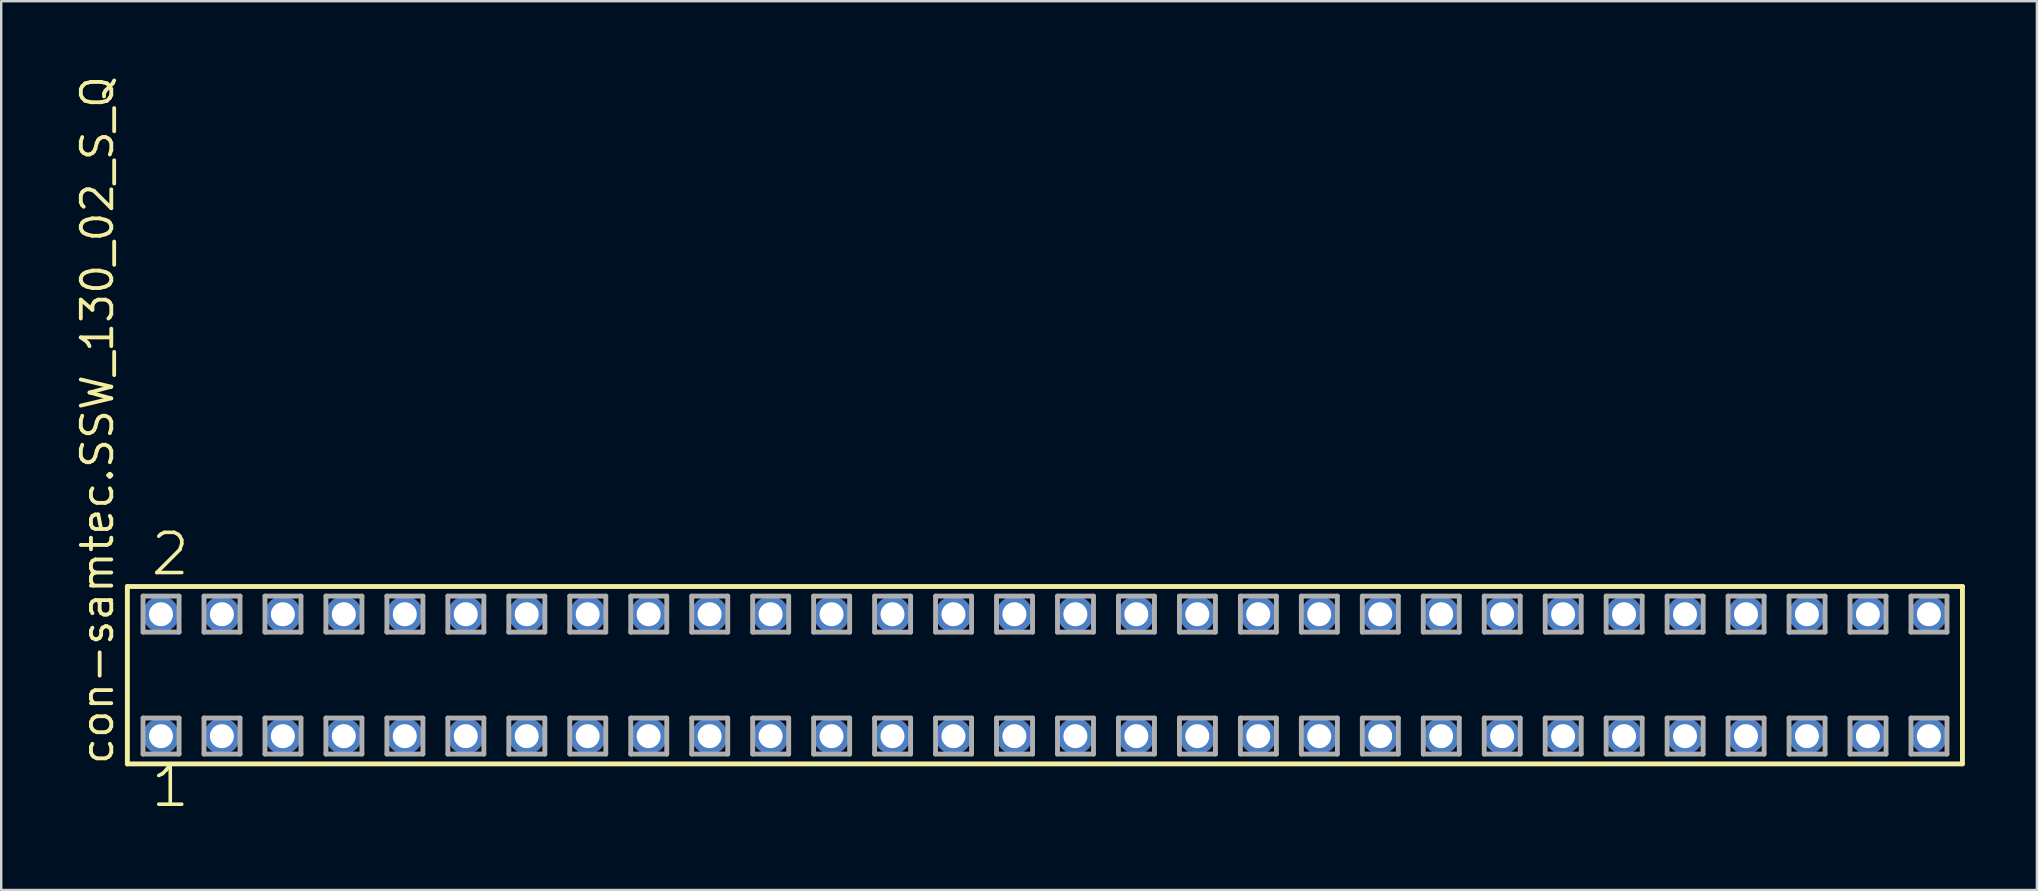
<source format=kicad_pcb>
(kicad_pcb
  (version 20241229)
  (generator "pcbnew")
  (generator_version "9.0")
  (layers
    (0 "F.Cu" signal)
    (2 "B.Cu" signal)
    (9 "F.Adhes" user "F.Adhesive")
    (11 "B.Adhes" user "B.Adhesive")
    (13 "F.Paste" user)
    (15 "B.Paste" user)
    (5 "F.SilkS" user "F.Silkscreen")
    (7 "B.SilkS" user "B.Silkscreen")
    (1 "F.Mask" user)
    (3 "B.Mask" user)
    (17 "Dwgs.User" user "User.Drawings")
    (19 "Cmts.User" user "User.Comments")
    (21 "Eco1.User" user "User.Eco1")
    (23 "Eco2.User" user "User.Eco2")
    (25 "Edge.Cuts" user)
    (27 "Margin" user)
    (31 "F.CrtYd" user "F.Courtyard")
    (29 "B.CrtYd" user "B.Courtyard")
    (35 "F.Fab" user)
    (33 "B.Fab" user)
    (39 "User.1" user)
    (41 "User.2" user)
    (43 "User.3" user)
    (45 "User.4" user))
  (footprint "con-samtec.SSW_130_02_S_Q"
    (layer "F.Cu")
    (at 40.485 25.082)
    (property "Reference" "con-samtec.SSW_130_02_S_Q" (at -38.735 3.81 90) (layer "F.SilkS") (effects (font (size 1.27 1.27) (thickness 0.16)) (justify left bottom)))
    (attr through_hole)
    (fp_line (start -38.229 -3.695) (end 38.229 -3.695) (stroke (width 0.203) (type default)) (layer "F.SilkS"))
    (fp_line (start -38.229 3.695) (end -38.229 -3.695) (stroke (width 0.203) (type default)) (layer "F.SilkS"))
    (fp_line (start 38.229 -3.695) (end 38.229 3.695) (stroke (width 0.203) (type default)) (layer "F.SilkS"))
    (fp_line (start 38.229 3.695) (end -38.229 3.695) (stroke (width 0.203) (type default)) (layer "F.SilkS"))
    (fp_line (start -37.575 -3.295) (end -36.075 -3.295) (stroke (width 0.203) (type default)) (layer "F.Fab"))
    (fp_line (start -37.575 -1.795) (end -37.575 -3.295) (stroke (width 0.203) (type default)) (layer "F.Fab"))
    (fp_line (start -37.575 1.785) (end -36.075 1.785) (stroke (width 0.203) (type default)) (layer "F.Fab"))
    (fp_line (start -37.575 3.285) (end -37.575 1.785) (stroke (width 0.203) (type default)) (layer "F.Fab"))
    (fp_line (start -36.075 -3.295) (end -36.075 -1.795) (stroke (width 0.203) (type default)) (layer "F.Fab"))
    (fp_line (start -36.075 -1.795) (end -37.575 -1.795) (stroke (width 0.203) (type default)) (layer "F.Fab"))
    (fp_line (start -36.075 1.785) (end -36.075 3.285) (stroke (width 0.203) (type default)) (layer "F.Fab"))
    (fp_line (start -36.075 3.285) (end -37.575 3.285) (stroke (width 0.203) (type default)) (layer "F.Fab"))
    (fp_line (start -35.035 -3.295) (end -33.535 -3.295) (stroke (width 0.203) (type default)) (layer "F.Fab"))
    (fp_line (start -35.035 -1.795) (end -35.035 -3.295) (stroke (width 0.203) (type default)) (layer "F.Fab"))
    (fp_line (start -35.035 1.785) (end -33.535 1.785) (stroke (width 0.203) (type default)) (layer "F.Fab"))
    (fp_line (start -35.035 3.285) (end -35.035 1.785) (stroke (width 0.203) (type default)) (layer "F.Fab"))
    (fp_line (start -33.535 -3.295) (end -33.535 -1.795) (stroke (width 0.203) (type default)) (layer "F.Fab"))
    (fp_line (start -33.535 -1.795) (end -35.035 -1.795) (stroke (width 0.203) (type default)) (layer "F.Fab"))
    (fp_line (start -33.535 1.785) (end -33.535 3.285) (stroke (width 0.203) (type default)) (layer "F.Fab"))
    (fp_line (start -33.535 3.285) (end -35.035 3.285) (stroke (width 0.203) (type default)) (layer "F.Fab"))
    (fp_line (start -32.495 -3.295) (end -30.995 -3.295) (stroke (width 0.203) (type default)) (layer "F.Fab"))
    (fp_line (start -32.495 -1.795) (end -32.495 -3.295) (stroke (width 0.203) (type default)) (layer "F.Fab"))
    (fp_line (start -32.495 1.785) (end -30.995 1.785) (stroke (width 0.203) (type default)) (layer "F.Fab"))
    (fp_line (start -32.495 3.285) (end -32.495 1.785) (stroke (width 0.203) (type default)) (layer "F.Fab"))
    (fp_line (start -30.995 -3.295) (end -30.995 -1.795) (stroke (width 0.203) (type default)) (layer "F.Fab"))
    (fp_line (start -30.995 -1.795) (end -32.495 -1.795) (stroke (width 0.203) (type default)) (layer "F.Fab"))
    (fp_line (start -30.995 1.785) (end -30.995 3.285) (stroke (width 0.203) (type default)) (layer "F.Fab"))
    (fp_line (start -30.995 3.285) (end -32.495 3.285) (stroke (width 0.203) (type default)) (layer "F.Fab"))
    (fp_line (start -29.955 -3.295) (end -28.455 -3.295) (stroke (width 0.203) (type default)) (layer "F.Fab"))
    (fp_line (start -29.955 -1.795) (end -29.955 -3.295) (stroke (width 0.203) (type default)) (layer "F.Fab"))
    (fp_line (start -29.955 1.785) (end -28.455 1.785) (stroke (width 0.203) (type default)) (layer "F.Fab"))
    (fp_line (start -29.955 3.285) (end -29.955 1.785) (stroke (width 0.203) (type default)) (layer "F.Fab"))
    (fp_line (start -28.455 -3.295) (end -28.455 -1.795) (stroke (width 0.203) (type default)) (layer "F.Fab"))
    (fp_line (start -28.455 -1.795) (end -29.955 -1.795) (stroke (width 0.203) (type default)) (layer "F.Fab"))
    (fp_line (start -28.455 1.785) (end -28.455 3.285) (stroke (width 0.203) (type default)) (layer "F.Fab"))
    (fp_line (start -28.455 3.285) (end -29.955 3.285) (stroke (width 0.203) (type default)) (layer "F.Fab"))
    (fp_line (start -27.415 -3.295) (end -25.915 -3.295) (stroke (width 0.203) (type default)) (layer "F.Fab"))
    (fp_line (start -27.415 -1.795) (end -27.415 -3.295) (stroke (width 0.203) (type default)) (layer "F.Fab"))
    (fp_line (start -27.415 1.785) (end -25.915 1.785) (stroke (width 0.203) (type default)) (layer "F.Fab"))
    (fp_line (start -27.415 3.285) (end -27.415 1.785) (stroke (width 0.203) (type default)) (layer "F.Fab"))
    (fp_line (start -25.915 -3.295) (end -25.915 -1.795) (stroke (width 0.203) (type default)) (layer "F.Fab"))
    (fp_line (start -25.915 -1.795) (end -27.415 -1.795) (stroke (width 0.203) (type default)) (layer "F.Fab"))
    (fp_line (start -25.915 1.785) (end -25.915 3.285) (stroke (width 0.203) (type default)) (layer "F.Fab"))
    (fp_line (start -25.915 3.285) (end -27.415 3.285) (stroke (width 0.203) (type default)) (layer "F.Fab"))
    (fp_line (start -24.875 -3.295) (end -23.375 -3.295) (stroke (width 0.203) (type default)) (layer "F.Fab"))
    (fp_line (start -24.875 -1.795) (end -24.875 -3.295) (stroke (width 0.203) (type default)) (layer "F.Fab"))
    (fp_line (start -24.875 1.785) (end -23.375 1.785) (stroke (width 0.203) (type default)) (layer "F.Fab"))
    (fp_line (start -24.875 3.285) (end -24.875 1.785) (stroke (width 0.203) (type default)) (layer "F.Fab"))
    (fp_line (start -23.375 -3.295) (end -23.375 -1.795) (stroke (width 0.203) (type default)) (layer "F.Fab"))
    (fp_line (start -23.375 -1.795) (end -24.875 -1.795) (stroke (width 0.203) (type default)) (layer "F.Fab"))
    (fp_line (start -23.375 1.785) (end -23.375 3.285) (stroke (width 0.203) (type default)) (layer "F.Fab"))
    (fp_line (start -23.375 3.285) (end -24.875 3.285) (stroke (width 0.203) (type default)) (layer "F.Fab"))
    (fp_line (start -22.335 -3.295) (end -20.835 -3.295) (stroke (width 0.203) (type default)) (layer "F.Fab"))
    (fp_line (start -22.335 -1.795) (end -22.335 -3.295) (stroke (width 0.203) (type default)) (layer "F.Fab"))
    (fp_line (start -22.335 1.785) (end -20.835 1.785) (stroke (width 0.203) (type default)) (layer "F.Fab"))
    (fp_line (start -22.335 3.285) (end -22.335 1.785) (stroke (width 0.203) (type default)) (layer "F.Fab"))
    (fp_line (start -20.835 -3.295) (end -20.835 -1.795) (stroke (width 0.203) (type default)) (layer "F.Fab"))
    (fp_line (start -20.835 -1.795) (end -22.335 -1.795) (stroke (width 0.203) (type default)) (layer "F.Fab"))
    (fp_line (start -20.835 1.785) (end -20.835 3.285) (stroke (width 0.203) (type default)) (layer "F.Fab"))
    (fp_line (start -20.835 3.285) (end -22.335 3.285) (stroke (width 0.203) (type default)) (layer "F.Fab"))
    (fp_line (start -19.795 -3.295) (end -18.295 -3.295) (stroke (width 0.203) (type default)) (layer "F.Fab"))
    (fp_line (start -19.795 -1.795) (end -19.795 -3.295) (stroke (width 0.203) (type default)) (layer "F.Fab"))
    (fp_line (start -19.795 1.785) (end -18.295 1.785) (stroke (width 0.203) (type default)) (layer "F.Fab"))
    (fp_line (start -19.795 3.285) (end -19.795 1.785) (stroke (width 0.203) (type default)) (layer "F.Fab"))
    (fp_line (start -18.295 -3.295) (end -18.295 -1.795) (stroke (width 0.203) (type default)) (layer "F.Fab"))
    (fp_line (start -18.295 -1.795) (end -19.795 -1.795) (stroke (width 0.203) (type default)) (layer "F.Fab"))
    (fp_line (start -18.295 1.785) (end -18.295 3.285) (stroke (width 0.203) (type default)) (layer "F.Fab"))
    (fp_line (start -18.295 3.285) (end -19.795 3.285) (stroke (width 0.203) (type default)) (layer "F.Fab"))
    (fp_line (start -17.255 -3.295) (end -15.755 -3.295) (stroke (width 0.203) (type default)) (layer "F.Fab"))
    (fp_line (start -17.255 -1.795) (end -17.255 -3.295) (stroke (width 0.203) (type default)) (layer "F.Fab"))
    (fp_line (start -17.255 1.785) (end -15.755 1.785) (stroke (width 0.203) (type default)) (layer "F.Fab"))
    (fp_line (start -17.255 3.285) (end -17.255 1.785) (stroke (width 0.203) (type default)) (layer "F.Fab"))
    (fp_line (start -15.755 -3.295) (end -15.755 -1.795) (stroke (width 0.203) (type default)) (layer "F.Fab"))
    (fp_line (start -15.755 -1.795) (end -17.255 -1.795) (stroke (width 0.203) (type default)) (layer "F.Fab"))
    (fp_line (start -15.755 1.785) (end -15.755 3.285) (stroke (width 0.203) (type default)) (layer "F.Fab"))
    (fp_line (start -15.755 3.285) (end -17.255 3.285) (stroke (width 0.203) (type default)) (layer "F.Fab"))
    (fp_line (start -14.715 -3.295) (end -13.215 -3.295) (stroke (width 0.203) (type default)) (layer "F.Fab"))
    (fp_line (start -14.715 -1.795) (end -14.715 -3.295) (stroke (width 0.203) (type default)) (layer "F.Fab"))
    (fp_line (start -14.715 1.785) (end -13.215 1.785) (stroke (width 0.203) (type default)) (layer "F.Fab"))
    (fp_line (start -14.715 3.285) (end -14.715 1.785) (stroke (width 0.203) (type default)) (layer "F.Fab"))
    (fp_line (start -13.215 -3.295) (end -13.215 -1.795) (stroke (width 0.203) (type default)) (layer "F.Fab"))
    (fp_line (start -13.215 -1.795) (end -14.715 -1.795) (stroke (width 0.203) (type default)) (layer "F.Fab"))
    (fp_line (start -13.215 1.785) (end -13.215 3.285) (stroke (width 0.203) (type default)) (layer "F.Fab"))
    (fp_line (start -13.215 3.285) (end -14.715 3.285) (stroke (width 0.203) (type default)) (layer "F.Fab"))
    (fp_line (start -12.175 -3.295) (end -10.675 -3.295) (stroke (width 0.203) (type default)) (layer "F.Fab"))
    (fp_line (start -12.175 -1.795) (end -12.175 -3.295) (stroke (width 0.203) (type default)) (layer "F.Fab"))
    (fp_line (start -12.175 1.785) (end -10.675 1.785) (stroke (width 0.203) (type default)) (layer "F.Fab"))
    (fp_line (start -12.175 3.285) (end -12.175 1.785) (stroke (width 0.203) (type default)) (layer "F.Fab"))
    (fp_line (start -10.675 -3.295) (end -10.675 -1.795) (stroke (width 0.203) (type default)) (layer "F.Fab"))
    (fp_line (start -10.675 -1.795) (end -12.175 -1.795) (stroke (width 0.203) (type default)) (layer "F.Fab"))
    (fp_line (start -10.675 1.785) (end -10.675 3.285) (stroke (width 0.203) (type default)) (layer "F.Fab"))
    (fp_line (start -10.675 3.285) (end -12.175 3.285) (stroke (width 0.203) (type default)) (layer "F.Fab"))
    (fp_line (start -9.635 -3.295) (end -8.135 -3.295) (stroke (width 0.203) (type default)) (layer "F.Fab"))
    (fp_line (start -9.635 -1.795) (end -9.635 -3.295) (stroke (width 0.203) (type default)) (layer "F.Fab"))
    (fp_line (start -9.635 1.785) (end -8.135 1.785) (stroke (width 0.203) (type default)) (layer "F.Fab"))
    (fp_line (start -9.635 3.285) (end -9.635 1.785) (stroke (width 0.203) (type default)) (layer "F.Fab"))
    (fp_line (start -8.135 -3.295) (end -8.135 -1.795) (stroke (width 0.203) (type default)) (layer "F.Fab"))
    (fp_line (start -8.135 -1.795) (end -9.635 -1.795) (stroke (width 0.203) (type default)) (layer "F.Fab"))
    (fp_line (start -8.135 1.785) (end -8.135 3.285) (stroke (width 0.203) (type default)) (layer "F.Fab"))
    (fp_line (start -8.135 3.285) (end -9.635 3.285) (stroke (width 0.203) (type default)) (layer "F.Fab"))
    (fp_line (start -7.095 -3.295) (end -5.595 -3.295) (stroke (width 0.203) (type default)) (layer "F.Fab"))
    (fp_line (start -7.095 -1.795) (end -7.095 -3.295) (stroke (width 0.203) (type default)) (layer "F.Fab"))
    (fp_line (start -7.095 1.785) (end -5.595 1.785) (stroke (width 0.203) (type default)) (layer "F.Fab"))
    (fp_line (start -7.095 3.285) (end -7.095 1.785) (stroke (width 0.203) (type default)) (layer "F.Fab"))
    (fp_line (start -5.595 -3.295) (end -5.595 -1.795) (stroke (width 0.203) (type default)) (layer "F.Fab"))
    (fp_line (start -5.595 -1.795) (end -7.095 -1.795) (stroke (width 0.203) (type default)) (layer "F.Fab"))
    (fp_line (start -5.595 1.785) (end -5.595 3.285) (stroke (width 0.203) (type default)) (layer "F.Fab"))
    (fp_line (start -5.595 3.285) (end -7.095 3.285) (stroke (width 0.203) (type default)) (layer "F.Fab"))
    (fp_line (start -4.555 -3.295) (end -3.055 -3.295) (stroke (width 0.203) (type default)) (layer "F.Fab"))
    (fp_line (start -4.555 -1.795) (end -4.555 -3.295) (stroke (width 0.203) (type default)) (layer "F.Fab"))
    (fp_line (start -4.555 1.785) (end -3.055 1.785) (stroke (width 0.203) (type default)) (layer "F.Fab"))
    (fp_line (start -4.555 3.285) (end -4.555 1.785) (stroke (width 0.203) (type default)) (layer "F.Fab"))
    (fp_line (start -3.055 -3.295) (end -3.055 -1.795) (stroke (width 0.203) (type default)) (layer "F.Fab"))
    (fp_line (start -3.055 -1.795) (end -4.555 -1.795) (stroke (width 0.203) (type default)) (layer "F.Fab"))
    (fp_line (start -3.055 1.785) (end -3.055 3.285) (stroke (width 0.203) (type default)) (layer "F.Fab"))
    (fp_line (start -3.055 3.285) (end -4.555 3.285) (stroke (width 0.203) (type default)) (layer "F.Fab"))
    (fp_line (start -2.015 -3.295) (end -0.515 -3.295) (stroke (width 0.203) (type default)) (layer "F.Fab"))
    (fp_line (start -2.015 -1.795) (end -2.015 -3.295) (stroke (width 0.203) (type default)) (layer "F.Fab"))
    (fp_line (start -2.015 1.785) (end -0.515 1.785) (stroke (width 0.203) (type default)) (layer "F.Fab"))
    (fp_line (start -2.015 3.285) (end -2.015 1.785) (stroke (width 0.203) (type default)) (layer "F.Fab"))
    (fp_line (start -0.515 -3.295) (end -0.515 -1.795) (stroke (width 0.203) (type default)) (layer "F.Fab"))
    (fp_line (start -0.515 -1.795) (end -2.015 -1.795) (stroke (width 0.203) (type default)) (layer "F.Fab"))
    (fp_line (start -0.515 1.785) (end -0.515 3.285) (stroke (width 0.203) (type default)) (layer "F.Fab"))
    (fp_line (start -0.515 3.285) (end -2.015 3.285) (stroke (width 0.203) (type default)) (layer "F.Fab"))
    (fp_line (start 0.525 -3.295) (end 2.025 -3.295) (stroke (width 0.203) (type default)) (layer "F.Fab"))
    (fp_line (start 0.525 -1.795) (end 0.525 -3.295) (stroke (width 0.203) (type default)) (layer "F.Fab"))
    (fp_line (start 0.525 1.785) (end 2.025 1.785) (stroke (width 0.203) (type default)) (layer "F.Fab"))
    (fp_line (start 0.525 3.285) (end 0.525 1.785) (stroke (width 0.203) (type default)) (layer "F.Fab"))
    (fp_line (start 2.025 -3.295) (end 2.025 -1.795) (stroke (width 0.203) (type default)) (layer "F.Fab"))
    (fp_line (start 2.025 -1.795) (end 0.525 -1.795) (stroke (width 0.203) (type default)) (layer "F.Fab"))
    (fp_line (start 2.025 1.785) (end 2.025 3.285) (stroke (width 0.203) (type default)) (layer "F.Fab"))
    (fp_line (start 2.025 3.285) (end 0.525 3.285) (stroke (width 0.203) (type default)) (layer "F.Fab"))
    (fp_line (start 3.065 -3.295) (end 4.565 -3.295) (stroke (width 0.203) (type default)) (layer "F.Fab"))
    (fp_line (start 3.065 -1.795) (end 3.065 -3.295) (stroke (width 0.203) (type default)) (layer "F.Fab"))
    (fp_line (start 3.065 1.785) (end 4.565 1.785) (stroke (width 0.203) (type default)) (layer "F.Fab"))
    (fp_line (start 3.065 3.285) (end 3.065 1.785) (stroke (width 0.203) (type default)) (layer "F.Fab"))
    (fp_line (start 4.565 -3.295) (end 4.565 -1.795) (stroke (width 0.203) (type default)) (layer "F.Fab"))
    (fp_line (start 4.565 -1.795) (end 3.065 -1.795) (stroke (width 0.203) (type default)) (layer "F.Fab"))
    (fp_line (start 4.565 1.785) (end 4.565 3.285) (stroke (width 0.203) (type default)) (layer "F.Fab"))
    (fp_line (start 4.565 3.285) (end 3.065 3.285) (stroke (width 0.203) (type default)) (layer "F.Fab"))
    (fp_line (start 5.605 -3.295) (end 7.105 -3.295) (stroke (width 0.203) (type default)) (layer "F.Fab"))
    (fp_line (start 5.605 -1.795) (end 5.605 -3.295) (stroke (width 0.203) (type default)) (layer "F.Fab"))
    (fp_line (start 5.605 1.785) (end 7.105 1.785) (stroke (width 0.203) (type default)) (layer "F.Fab"))
    (fp_line (start 5.605 3.285) (end 5.605 1.785) (stroke (width 0.203) (type default)) (layer "F.Fab"))
    (fp_line (start 7.105 -3.295) (end 7.105 -1.795) (stroke (width 0.203) (type default)) (layer "F.Fab"))
    (fp_line (start 7.105 -1.795) (end 5.605 -1.795) (stroke (width 0.203) (type default)) (layer "F.Fab"))
    (fp_line (start 7.105 1.785) (end 7.105 3.285) (stroke (width 0.203) (type default)) (layer "F.Fab"))
    (fp_line (start 7.105 3.285) (end 5.605 3.285) (stroke (width 0.203) (type default)) (layer "F.Fab"))
    (fp_line (start 8.145 -3.295) (end 9.645 -3.295) (stroke (width 0.203) (type default)) (layer "F.Fab"))
    (fp_line (start 8.145 -1.795) (end 8.145 -3.295) (stroke (width 0.203) (type default)) (layer "F.Fab"))
    (fp_line (start 8.145 1.785) (end 9.645 1.785) (stroke (width 0.203) (type default)) (layer "F.Fab"))
    (fp_line (start 8.145 3.285) (end 8.145 1.785) (stroke (width 0.203) (type default)) (layer "F.Fab"))
    (fp_line (start 9.645 -3.295) (end 9.645 -1.795) (stroke (width 0.203) (type default)) (layer "F.Fab"))
    (fp_line (start 9.645 -1.795) (end 8.145 -1.795) (stroke (width 0.203) (type default)) (layer "F.Fab"))
    (fp_line (start 9.645 1.785) (end 9.645 3.285) (stroke (width 0.203) (type default)) (layer "F.Fab"))
    (fp_line (start 9.645 3.285) (end 8.145 3.285) (stroke (width 0.203) (type default)) (layer "F.Fab"))
    (fp_line (start 10.685 -3.295) (end 12.185 -3.295) (stroke (width 0.203) (type default)) (layer "F.Fab"))
    (fp_line (start 10.685 -1.795) (end 10.685 -3.295) (stroke (width 0.203) (type default)) (layer "F.Fab"))
    (fp_line (start 10.685 1.785) (end 12.185 1.785) (stroke (width 0.203) (type default)) (layer "F.Fab"))
    (fp_line (start 10.685 3.285) (end 10.685 1.785) (stroke (width 0.203) (type default)) (layer "F.Fab"))
    (fp_line (start 12.185 -3.295) (end 12.185 -1.795) (stroke (width 0.203) (type default)) (layer "F.Fab"))
    (fp_line (start 12.185 -1.795) (end 10.685 -1.795) (stroke (width 0.203) (type default)) (layer "F.Fab"))
    (fp_line (start 12.185 1.785) (end 12.185 3.285) (stroke (width 0.203) (type default)) (layer "F.Fab"))
    (fp_line (start 12.185 3.285) (end 10.685 3.285) (stroke (width 0.203) (type default)) (layer "F.Fab"))
    (fp_line (start 13.225 -3.295) (end 14.725 -3.295) (stroke (width 0.203) (type default)) (layer "F.Fab"))
    (fp_line (start 13.225 -1.795) (end 13.225 -3.295) (stroke (width 0.203) (type default)) (layer "F.Fab"))
    (fp_line (start 13.225 1.785) (end 14.725 1.785) (stroke (width 0.203) (type default)) (layer "F.Fab"))
    (fp_line (start 13.225 3.285) (end 13.225 1.785) (stroke (width 0.203) (type default)) (layer "F.Fab"))
    (fp_line (start 14.725 -3.295) (end 14.725 -1.795) (stroke (width 0.203) (type default)) (layer "F.Fab"))
    (fp_line (start 14.725 -1.795) (end 13.225 -1.795) (stroke (width 0.203) (type default)) (layer "F.Fab"))
    (fp_line (start 14.725 1.785) (end 14.725 3.285) (stroke (width 0.203) (type default)) (layer "F.Fab"))
    (fp_line (start 14.725 3.285) (end 13.225 3.285) (stroke (width 0.203) (type default)) (layer "F.Fab"))
    (fp_line (start 15.765 -3.295) (end 17.265 -3.295) (stroke (width 0.203) (type default)) (layer "F.Fab"))
    (fp_line (start 15.765 -1.795) (end 15.765 -3.295) (stroke (width 0.203) (type default)) (layer "F.Fab"))
    (fp_line (start 15.765 1.785) (end 17.265 1.785) (stroke (width 0.203) (type default)) (layer "F.Fab"))
    (fp_line (start 15.765 3.285) (end 15.765 1.785) (stroke (width 0.203) (type default)) (layer "F.Fab"))
    (fp_line (start 17.265 -3.295) (end 17.265 -1.795) (stroke (width 0.203) (type default)) (layer "F.Fab"))
    (fp_line (start 17.265 -1.795) (end 15.765 -1.795) (stroke (width 0.203) (type default)) (layer "F.Fab"))
    (fp_line (start 17.265 1.785) (end 17.265 3.285) (stroke (width 0.203) (type default)) (layer "F.Fab"))
    (fp_line (start 17.265 3.285) (end 15.765 3.285) (stroke (width 0.203) (type default)) (layer "F.Fab"))
    (fp_line (start 18.305 -3.295) (end 19.805 -3.295) (stroke (width 0.203) (type default)) (layer "F.Fab"))
    (fp_line (start 18.305 -1.795) (end 18.305 -3.295) (stroke (width 0.203) (type default)) (layer "F.Fab"))
    (fp_line (start 18.305 1.785) (end 19.805 1.785) (stroke (width 0.203) (type default)) (layer "F.Fab"))
    (fp_line (start 18.305 3.285) (end 18.305 1.785) (stroke (width 0.203) (type default)) (layer "F.Fab"))
    (fp_line (start 19.805 -3.295) (end 19.805 -1.795) (stroke (width 0.203) (type default)) (layer "F.Fab"))
    (fp_line (start 19.805 -1.795) (end 18.305 -1.795) (stroke (width 0.203) (type default)) (layer "F.Fab"))
    (fp_line (start 19.805 1.785) (end 19.805 3.285) (stroke (width 0.203) (type default)) (layer "F.Fab"))
    (fp_line (start 19.805 3.285) (end 18.305 3.285) (stroke (width 0.203) (type default)) (layer "F.Fab"))
    (fp_line (start 20.845 -3.295) (end 22.345 -3.295) (stroke (width 0.203) (type default)) (layer "F.Fab"))
    (fp_line (start 20.845 -1.795) (end 20.845 -3.295) (stroke (width 0.203) (type default)) (layer "F.Fab"))
    (fp_line (start 20.845 1.785) (end 22.345 1.785) (stroke (width 0.203) (type default)) (layer "F.Fab"))
    (fp_line (start 20.845 3.285) (end 20.845 1.785) (stroke (width 0.203) (type default)) (layer "F.Fab"))
    (fp_line (start 22.345 -3.295) (end 22.345 -1.795) (stroke (width 0.203) (type default)) (layer "F.Fab"))
    (fp_line (start 22.345 -1.795) (end 20.845 -1.795) (stroke (width 0.203) (type default)) (layer "F.Fab"))
    (fp_line (start 22.345 1.785) (end 22.345 3.285) (stroke (width 0.203) (type default)) (layer "F.Fab"))
    (fp_line (start 22.345 3.285) (end 20.845 3.285) (stroke (width 0.203) (type default)) (layer "F.Fab"))
    (fp_line (start 23.385 -3.295) (end 24.885 -3.295) (stroke (width 0.203) (type default)) (layer "F.Fab"))
    (fp_line (start 23.385 -1.795) (end 23.385 -3.295) (stroke (width 0.203) (type default)) (layer "F.Fab"))
    (fp_line (start 23.385 1.785) (end 24.885 1.785) (stroke (width 0.203) (type default)) (layer "F.Fab"))
    (fp_line (start 23.385 3.285) (end 23.385 1.785) (stroke (width 0.203) (type default)) (layer "F.Fab"))
    (fp_line (start 24.885 -3.295) (end 24.885 -1.795) (stroke (width 0.203) (type default)) (layer "F.Fab"))
    (fp_line (start 24.885 -1.795) (end 23.385 -1.795) (stroke (width 0.203) (type default)) (layer "F.Fab"))
    (fp_line (start 24.885 1.785) (end 24.885 3.285) (stroke (width 0.203) (type default)) (layer "F.Fab"))
    (fp_line (start 24.885 3.285) (end 23.385 3.285) (stroke (width 0.203) (type default)) (layer "F.Fab"))
    (fp_line (start 25.925 -3.295) (end 27.425 -3.295) (stroke (width 0.203) (type default)) (layer "F.Fab"))
    (fp_line (start 25.925 -1.795) (end 25.925 -3.295) (stroke (width 0.203) (type default)) (layer "F.Fab"))
    (fp_line (start 25.925 1.785) (end 27.425 1.785) (stroke (width 0.203) (type default)) (layer "F.Fab"))
    (fp_line (start 25.925 3.285) (end 25.925 1.785) (stroke (width 0.203) (type default)) (layer "F.Fab"))
    (fp_line (start 27.425 -3.295) (end 27.425 -1.795) (stroke (width 0.203) (type default)) (layer "F.Fab"))
    (fp_line (start 27.425 -1.795) (end 25.925 -1.795) (stroke (width 0.203) (type default)) (layer "F.Fab"))
    (fp_line (start 27.425 1.785) (end 27.425 3.285) (stroke (width 0.203) (type default)) (layer "F.Fab"))
    (fp_line (start 27.425 3.285) (end 25.925 3.285) (stroke (width 0.203) (type default)) (layer "F.Fab"))
    (fp_line (start 28.465 -3.295) (end 29.965 -3.295) (stroke (width 0.203) (type default)) (layer "F.Fab"))
    (fp_line (start 28.465 -1.795) (end 28.465 -3.295) (stroke (width 0.203) (type default)) (layer "F.Fab"))
    (fp_line (start 28.465 1.785) (end 29.965 1.785) (stroke (width 0.203) (type default)) (layer "F.Fab"))
    (fp_line (start 28.465 3.285) (end 28.465 1.785) (stroke (width 0.203) (type default)) (layer "F.Fab"))
    (fp_line (start 29.965 -3.295) (end 29.965 -1.795) (stroke (width 0.203) (type default)) (layer "F.Fab"))
    (fp_line (start 29.965 -1.795) (end 28.465 -1.795) (stroke (width 0.203) (type default)) (layer "F.Fab"))
    (fp_line (start 29.965 1.785) (end 29.965 3.285) (stroke (width 0.203) (type default)) (layer "F.Fab"))
    (fp_line (start 29.965 3.285) (end 28.465 3.285) (stroke (width 0.203) (type default)) (layer "F.Fab"))
    (fp_line (start 31.005 -3.295) (end 32.505 -3.295) (stroke (width 0.203) (type default)) (layer "F.Fab"))
    (fp_line (start 31.005 -1.795) (end 31.005 -3.295) (stroke (width 0.203) (type default)) (layer "F.Fab"))
    (fp_line (start 31.005 1.785) (end 32.505 1.785) (stroke (width 0.203) (type default)) (layer "F.Fab"))
    (fp_line (start 31.005 3.285) (end 31.005 1.785) (stroke (width 0.203) (type default)) (layer "F.Fab"))
    (fp_line (start 32.505 -3.295) (end 32.505 -1.795) (stroke (width 0.203) (type default)) (layer "F.Fab"))
    (fp_line (start 32.505 -1.795) (end 31.005 -1.795) (stroke (width 0.203) (type default)) (layer "F.Fab"))
    (fp_line (start 32.505 1.785) (end 32.505 3.285) (stroke (width 0.203) (type default)) (layer "F.Fab"))
    (fp_line (start 32.505 3.285) (end 31.005 3.285) (stroke (width 0.203) (type default)) (layer "F.Fab"))
    (fp_line (start 33.545 -3.295) (end 35.045 -3.295) (stroke (width 0.203) (type default)) (layer "F.Fab"))
    (fp_line (start 33.545 -1.795) (end 33.545 -3.295) (stroke (width 0.203) (type default)) (layer "F.Fab"))
    (fp_line (start 33.545 1.785) (end 35.045 1.785) (stroke (width 0.203) (type default)) (layer "F.Fab"))
    (fp_line (start 33.545 3.285) (end 33.545 1.785) (stroke (width 0.203) (type default)) (layer "F.Fab"))
    (fp_line (start 35.045 -3.295) (end 35.045 -1.795) (stroke (width 0.203) (type default)) (layer "F.Fab"))
    (fp_line (start 35.045 -1.795) (end 33.545 -1.795) (stroke (width 0.203) (type default)) (layer "F.Fab"))
    (fp_line (start 35.045 1.785) (end 35.045 3.285) (stroke (width 0.203) (type default)) (layer "F.Fab"))
    (fp_line (start 35.045 3.285) (end 33.545 3.285) (stroke (width 0.203) (type default)) (layer "F.Fab"))
    (fp_line (start 36.085 -3.295) (end 37.585 -3.295) (stroke (width 0.203) (type default)) (layer "F.Fab"))
    (fp_line (start 36.085 -1.795) (end 36.085 -3.295) (stroke (width 0.203) (type default)) (layer "F.Fab"))
    (fp_line (start 36.085 1.785) (end 37.585 1.785) (stroke (width 0.203) (type default)) (layer "F.Fab"))
    (fp_line (start 36.085 3.285) (end 36.085 1.785) (stroke (width 0.203) (type default)) (layer "F.Fab"))
    (fp_line (start 37.585 -3.295) (end 37.585 -1.795) (stroke (width 0.203) (type default)) (layer "F.Fab"))
    (fp_line (start 37.585 -1.795) (end 36.085 -1.795) (stroke (width 0.203) (type default)) (layer "F.Fab"))
    (fp_line (start 37.585 1.785) (end 37.585 3.285) (stroke (width 0.203) (type default)) (layer "F.Fab"))
    (fp_line (start 37.585 3.285) (end 36.085 3.285) (stroke (width 0.203) (type default)) (layer "F.Fab"))
    (fp_text user "1" (at -37.338 5.588 0) (layer "F.SilkS") (effects (font (size 1.676 1.676) (thickness 0.15)) (justify left bottom)))
    (fp_text user "2" (at -37.338 -4.064 0) (layer "F.SilkS") (effects (font (size 1.676 1.676) (thickness 0.15)) (justify left bottom)))
    (pad "1" thru_hole circle (at -36.83 2.54) (size 1.5 1.5) (drill 1) (layers "*.Cu" "*.Mask"))
    (pad "2" thru_hole circle (at -36.83 -2.54) (size 1.5 1.5) (drill 1) (layers "*.Cu" "*.Mask"))
    (pad "3" thru_hole circle (at -34.29 2.54) (size 1.5 1.5) (drill 1) (layers "*.Cu" "*.Mask"))
    (pad "4" thru_hole circle (at -34.29 -2.54) (size 1.5 1.5) (drill 1) (layers "*.Cu" "*.Mask"))
    (pad "5" thru_hole circle (at -31.75 2.54) (size 1.5 1.5) (drill 1) (layers "*.Cu" "*.Mask"))
    (pad "6" thru_hole circle (at -31.75 -2.54) (size 1.5 1.5) (drill 1) (layers "*.Cu" "*.Mask"))
    (pad "7" thru_hole circle (at -29.21 2.54) (size 1.5 1.5) (drill 1) (layers "*.Cu" "*.Mask"))
    (pad "8" thru_hole circle (at -29.21 -2.54) (size 1.5 1.5) (drill 1) (layers "*.Cu" "*.Mask"))
    (pad "9" thru_hole circle (at -26.67 2.54) (size 1.5 1.5) (drill 1) (layers "*.Cu" "*.Mask"))
    (pad "10" thru_hole circle (at -26.67 -2.54) (size 1.5 1.5) (drill 1) (layers "*.Cu" "*.Mask"))
    (pad "11" thru_hole circle (at -24.13 2.54) (size 1.5 1.5) (drill 1) (layers "*.Cu" "*.Mask"))
    (pad "12" thru_hole circle (at -24.13 -2.54) (size 1.5 1.5) (drill 1) (layers "*.Cu" "*.Mask"))
    (pad "13" thru_hole circle (at -21.59 2.54) (size 1.5 1.5) (drill 1) (layers "*.Cu" "*.Mask"))
    (pad "14" thru_hole circle (at -21.59 -2.54) (size 1.5 1.5) (drill 1) (layers "*.Cu" "*.Mask"))
    (pad "15" thru_hole circle (at -19.05 2.54) (size 1.5 1.5) (drill 1) (layers "*.Cu" "*.Mask"))
    (pad "16" thru_hole circle (at -19.05 -2.54) (size 1.5 1.5) (drill 1) (layers "*.Cu" "*.Mask"))
    (pad "17" thru_hole circle (at -16.51 2.54) (size 1.5 1.5) (drill 1) (layers "*.Cu" "*.Mask"))
    (pad "18" thru_hole circle (at -16.51 -2.54) (size 1.5 1.5) (drill 1) (layers "*.Cu" "*.Mask"))
    (pad "19" thru_hole circle (at -13.97 2.54) (size 1.5 1.5) (drill 1) (layers "*.Cu" "*.Mask"))
    (pad "20" thru_hole circle (at -13.97 -2.54) (size 1.5 1.5) (drill 1) (layers "*.Cu" "*.Mask"))
    (pad "21" thru_hole circle (at -11.43 2.54) (size 1.5 1.5) (drill 1) (layers "*.Cu" "*.Mask"))
    (pad "22" thru_hole circle (at -11.43 -2.54) (size 1.5 1.5) (drill 1) (layers "*.Cu" "*.Mask"))
    (pad "23" thru_hole circle (at -8.89 2.54) (size 1.5 1.5) (drill 1) (layers "*.Cu" "*.Mask"))
    (pad "24" thru_hole circle (at -8.89 -2.54) (size 1.5 1.5) (drill 1) (layers "*.Cu" "*.Mask"))
    (pad "25" thru_hole circle (at -6.35 2.54) (size 1.5 1.5) (drill 1) (layers "*.Cu" "*.Mask"))
    (pad "26" thru_hole circle (at -6.35 -2.54) (size 1.5 1.5) (drill 1) (layers "*.Cu" "*.Mask"))
    (pad "27" thru_hole circle (at -3.81 2.54) (size 1.5 1.5) (drill 1) (layers "*.Cu" "*.Mask"))
    (pad "28" thru_hole circle (at -3.81 -2.54) (size 1.5 1.5) (drill 1) (layers "*.Cu" "*.Mask"))
    (pad "29" thru_hole circle (at -1.27 2.54) (size 1.5 1.5) (drill 1) (layers "*.Cu" "*.Mask"))
    (pad "30" thru_hole circle (at -1.27 -2.54) (size 1.5 1.5) (drill 1) (layers "*.Cu" "*.Mask"))
    (pad "31" thru_hole circle (at 1.27 2.54) (size 1.5 1.5) (drill 1) (layers "*.Cu" "*.Mask"))
    (pad "32" thru_hole circle (at 1.27 -2.54) (size 1.5 1.5) (drill 1) (layers "*.Cu" "*.Mask"))
    (pad "33" thru_hole circle (at 3.81 2.54) (size 1.5 1.5) (drill 1) (layers "*.Cu" "*.Mask"))
    (pad "34" thru_hole circle (at 3.81 -2.54) (size 1.5 1.5) (drill 1) (layers "*.Cu" "*.Mask"))
    (pad "35" thru_hole circle (at 6.35 2.54) (size 1.5 1.5) (drill 1) (layers "*.Cu" "*.Mask"))
    (pad "36" thru_hole circle (at 6.35 -2.54) (size 1.5 1.5) (drill 1) (layers "*.Cu" "*.Mask"))
    (pad "37" thru_hole circle (at 8.89 2.54) (size 1.5 1.5) (drill 1) (layers "*.Cu" "*.Mask"))
    (pad "38" thru_hole circle (at 8.89 -2.54) (size 1.5 1.5) (drill 1) (layers "*.Cu" "*.Mask"))
    (pad "39" thru_hole circle (at 11.43 2.54) (size 1.5 1.5) (drill 1) (layers "*.Cu" "*.Mask"))
    (pad "40" thru_hole circle (at 11.43 -2.54) (size 1.5 1.5) (drill 1) (layers "*.Cu" "*.Mask"))
    (pad "41" thru_hole circle (at 13.97 2.54) (size 1.5 1.5) (drill 1) (layers "*.Cu" "*.Mask"))
    (pad "42" thru_hole circle (at 13.97 -2.54) (size 1.5 1.5) (drill 1) (layers "*.Cu" "*.Mask"))
    (pad "43" thru_hole circle (at 16.51 2.54) (size 1.5 1.5) (drill 1) (layers "*.Cu" "*.Mask"))
    (pad "44" thru_hole circle (at 16.51 -2.54) (size 1.5 1.5) (drill 1) (layers "*.Cu" "*.Mask"))
    (pad "45" thru_hole circle (at 19.05 2.54) (size 1.5 1.5) (drill 1) (layers "*.Cu" "*.Mask"))
    (pad "46" thru_hole circle (at 19.05 -2.54) (size 1.5 1.5) (drill 1) (layers "*.Cu" "*.Mask"))
    (pad "47" thru_hole circle (at 21.59 2.54) (size 1.5 1.5) (drill 1) (layers "*.Cu" "*.Mask"))
    (pad "48" thru_hole circle (at 21.59 -2.54) (size 1.5 1.5) (drill 1) (layers "*.Cu" "*.Mask"))
    (pad "49" thru_hole circle (at 24.13 2.54) (size 1.5 1.5) (drill 1) (layers "*.Cu" "*.Mask"))
    (pad "50" thru_hole circle (at 24.13 -2.54) (size 1.5 1.5) (drill 1) (layers "*.Cu" "*.Mask"))
    (pad "51" thru_hole circle (at 26.67 2.54) (size 1.5 1.5) (drill 1) (layers "*.Cu" "*.Mask"))
    (pad "52" thru_hole circle (at 26.67 -2.54) (size 1.5 1.5) (drill 1) (layers "*.Cu" "*.Mask"))
    (pad "53" thru_hole circle (at 29.21 2.54) (size 1.5 1.5) (drill 1) (layers "*.Cu" "*.Mask"))
    (pad "54" thru_hole circle (at 29.21 -2.54) (size 1.5 1.5) (drill 1) (layers "*.Cu" "*.Mask"))
    (pad "55" thru_hole circle (at 31.75 2.54) (size 1.5 1.5) (drill 1) (layers "*.Cu" "*.Mask"))
    (pad "56" thru_hole circle (at 31.75 -2.54) (size 1.5 1.5) (drill 1) (layers "*.Cu" "*.Mask"))
    (pad "57" thru_hole circle (at 34.29 2.54) (size 1.5 1.5) (drill 1) (layers "*.Cu" "*.Mask"))
    (pad "58" thru_hole circle (at 34.29 -2.54) (size 1.5 1.5) (drill 1) (layers "*.Cu" "*.Mask"))
    (pad "59" thru_hole circle (at 36.83 2.54) (size 1.5 1.5) (drill 1) (layers "*.Cu" "*.Mask"))
    (pad "60" thru_hole circle (at 36.83 -2.54) (size 1.5 1.5) (drill 1) (layers "*.Cu" "*.Mask")))
  (gr_rect
    (start -3 -3)
    (end 81.816 34.031)
    (stroke (width 0.1) (type default))
    (fill no)
    (layer "Edge.Cuts")))
</source>
